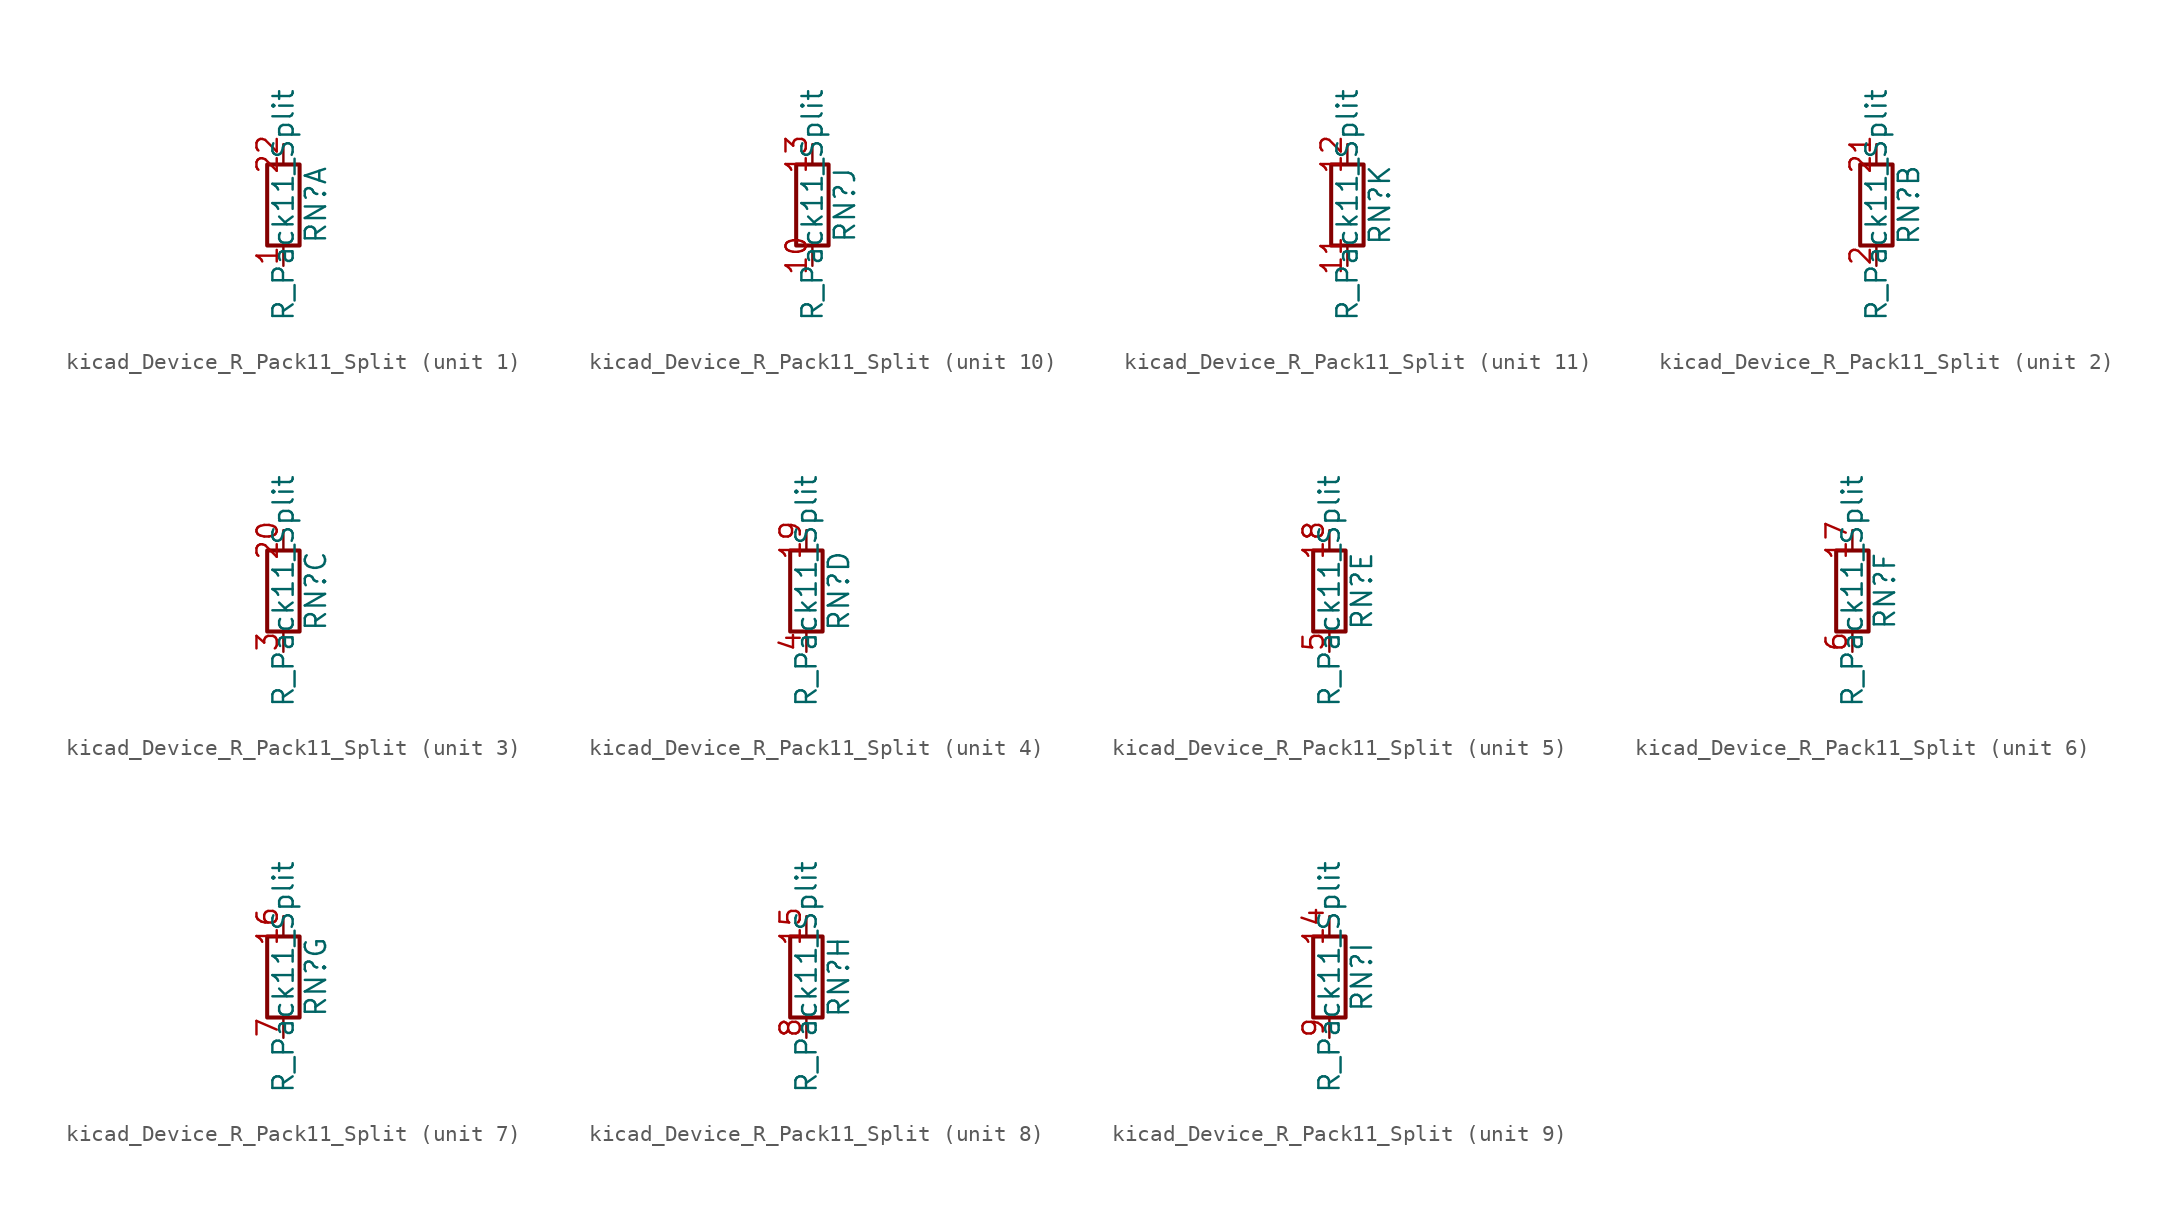
<source format=kicad_sym>
(kicad_symbol_lib
  (version 20220914)
  (generator kicad_symbol_editor)
  (symbol "kicad_Device_R_Pack11_Split"
    (pin_names
      (offset 0) hide)
    (property "Reference" "RN"
      (at 2.032 0 90)
      (effects (font (size 1.27 1.27))))
    (property "Value" "R_Pack11_Split"
      (at 0 0 90)
      (effects (font (size 1.27 1.27))))
    (symbol "kicad_Device_R_Pack11_Split_0_1"
      (rectangle (start 1.016 2.54) (end -1.016 -2.54) (stroke (width 0.254) (type default)) (fill (type none))))
    (symbol "kicad_Device_R_Pack11_Split_1_1"
      (pin passive line (at 0 -3.81 90) (length 1.27) (name "R1.1" (effects (font (size 1.27 1.27)))) (number "1" (effects (font (size 1.27 1.27)))))
      (pin passive line (at 0 3.81 270) (length 1.27) (name "R1.2" (effects (font (size 1.27 1.27)))) (number "22" (effects (font (size 1.27 1.27))))))
    (symbol "kicad_Device_R_Pack11_Split_2_1"
      (pin passive line (at 0 -3.81 90) (length 1.27) (name "R2.1" (effects (font (size 1.27 1.27)))) (number "2" (effects (font (size 1.27 1.27)))))
      (pin passive line (at 0 3.81 270) (length 1.27) (name "R2.2" (effects (font (size 1.27 1.27)))) (number "21" (effects (font (size 1.27 1.27))))))
    (symbol "kicad_Device_R_Pack11_Split_3_1"
      (pin passive line (at 0 3.81 270) (length 1.27) (name "R3.2" (effects (font (size 1.27 1.27)))) (number "20" (effects (font (size 1.27 1.27)))))
      (pin passive line (at 0 -3.81 90) (length 1.27) (name "R3.1" (effects (font (size 1.27 1.27)))) (number "3" (effects (font (size 1.27 1.27))))))
    (symbol "kicad_Device_R_Pack11_Split_4_1"
      (pin passive line (at 0 3.81 270) (length 1.27) (name "R4.2" (effects (font (size 1.27 1.27)))) (number "19" (effects (font (size 1.27 1.27)))))
      (pin passive line (at 0 -3.81 90) (length 1.27) (name "R4.1" (effects (font (size 1.27 1.27)))) (number "4" (effects (font (size 1.27 1.27))))))
    (symbol "kicad_Device_R_Pack11_Split_5_1"
      (pin passive line (at 0 3.81 270) (length 1.27) (name "R5.2" (effects (font (size 1.27 1.27)))) (number "18" (effects (font (size 1.27 1.27)))))
      (pin passive line (at 0 -3.81 90) (length 1.27) (name "R5.1" (effects (font (size 1.27 1.27)))) (number "5" (effects (font (size 1.27 1.27))))))
    (symbol "kicad_Device_R_Pack11_Split_6_1"
      (pin passive line (at 0 3.81 270) (length 1.27) (name "R6.2" (effects (font (size 1.27 1.27)))) (number "17" (effects (font (size 1.27 1.27)))))
      (pin passive line (at 0 -3.81 90) (length 1.27) (name "R6.1" (effects (font (size 1.27 1.27)))) (number "6" (effects (font (size 1.27 1.27))))))
    (symbol "kicad_Device_R_Pack11_Split_7_1"
      (pin passive line (at 0 3.81 270) (length 1.27) (name "R7.2" (effects (font (size 1.27 1.27)))) (number "16" (effects (font (size 1.27 1.27)))))
      (pin passive line (at 0 -3.81 90) (length 1.27) (name "R7.1" (effects (font (size 1.27 1.27)))) (number "7" (effects (font (size 1.27 1.27))))))
    (symbol "kicad_Device_R_Pack11_Split_8_1"
      (pin passive line (at 0 3.81 270) (length 1.27) (name "R8.2" (effects (font (size 1.27 1.27)))) (number "15" (effects (font (size 1.27 1.27)))))
      (pin passive line (at 0 -3.81 90) (length 1.27) (name "R8.1" (effects (font (size 1.27 1.27)))) (number "8" (effects (font (size 1.27 1.27))))))
    (symbol "kicad_Device_R_Pack11_Split_9_1"
      (pin passive line (at 0 3.81 270) (length 1.27) (name "R9.2" (effects (font (size 1.27 1.27)))) (number "14" (effects (font (size 1.27 1.27)))))
      (pin passive line (at 0 -3.81 90) (length 1.27) (name "R9.1" (effects (font (size 1.27 1.27)))) (number "9" (effects (font (size 1.27 1.27))))))
    (symbol "kicad_Device_R_Pack11_Split_10_1"
      (pin passive line (at 0 -3.81 90) (length 1.27) (name "R10.1" (effects (font (size 1.27 1.27)))) (number "10" (effects (font (size 1.27 1.27)))))
      (pin passive line (at 0 3.81 270) (length 1.27) (name "R10.2" (effects (font (size 1.27 1.27)))) (number "13" (effects (font (size 1.27 1.27))))))
    (symbol "kicad_Device_R_Pack11_Split_11_1"
      (pin passive line (at 0 -3.81 90) (length 1.27) (name "R11.1" (effects (font (size 1.27 1.27)))) (number "11" (effects (font (size 1.27 1.27)))))
      (pin passive line (at 0 3.81 270) (length 1.27) (name "R11.2" (effects (font (size 1.27 1.27)))) (number "12" (effects (font (size 1.27 1.27))))))))
</source>
